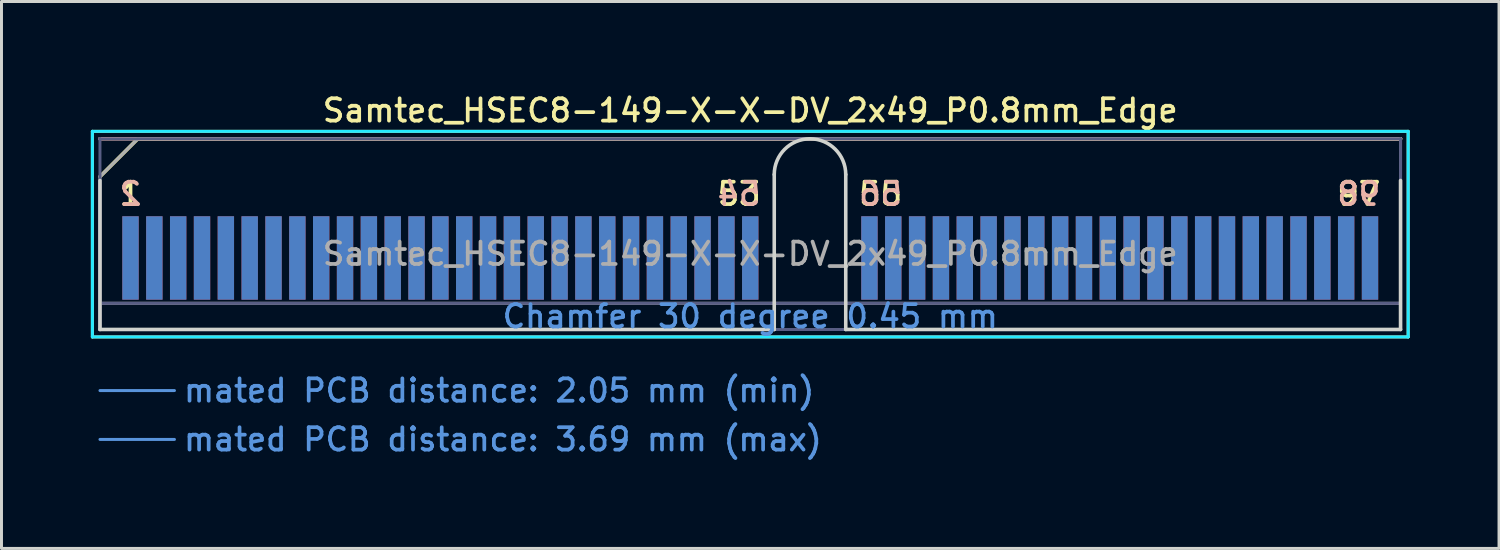
<source format=kicad_pcb>
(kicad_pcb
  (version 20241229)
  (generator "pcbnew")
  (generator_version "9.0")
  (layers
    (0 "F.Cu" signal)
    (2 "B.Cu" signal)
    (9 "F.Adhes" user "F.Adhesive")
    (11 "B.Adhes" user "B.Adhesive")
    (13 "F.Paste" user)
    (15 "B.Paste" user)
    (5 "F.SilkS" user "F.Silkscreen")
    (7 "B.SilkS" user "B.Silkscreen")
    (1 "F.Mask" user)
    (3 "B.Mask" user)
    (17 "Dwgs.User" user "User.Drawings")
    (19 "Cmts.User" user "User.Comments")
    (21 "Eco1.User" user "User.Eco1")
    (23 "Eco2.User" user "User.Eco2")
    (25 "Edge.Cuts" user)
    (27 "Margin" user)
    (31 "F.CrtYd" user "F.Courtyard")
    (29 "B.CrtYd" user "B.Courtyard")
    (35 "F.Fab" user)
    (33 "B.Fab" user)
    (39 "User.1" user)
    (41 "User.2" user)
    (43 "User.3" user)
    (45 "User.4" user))
  (footprint "Samtec_HSEC8-149-X-X-DV_2x49_P0.8mm_Edge"
    (layer "F.Cu")
    (at 22.13 8.008)
    (property "Reference" "Samtec_HSEC8-149-X-X-DV_2x49_P0.8mm_Edge" (at 0 -7.35 0) (layer "F.SilkS") (effects (font (size 0.75 0.75) (thickness 0.125))))
    (attr exclude_from_pos_files exclude_from_bom)
    (fp_line (start -22.08 -6.65) (end -22.08 0.25) (stroke (width 0.1) (type solid)) (layer "F.SilkS"))
    (fp_line (start -22.08 0.25) (end 22.08 0.25) (stroke (width 0.1) (type solid)) (layer "F.SilkS"))
    (fp_line (start -21.825 -5.13) (end -20.555 -6.4) (stroke (width 0.12) (type solid)) (layer "F.SilkS"))
    (fp_line (start -20.555 -6.4) (end 21.825 -6.4) (stroke (width 0.12) (type solid)) (layer "F.SilkS"))
    (fp_line (start 22.08 -6.65) (end -22.08 -6.65) (stroke (width 0.1) (type solid)) (layer "F.SilkS"))
    (fp_line (start 22.08 0.25) (end 22.08 -6.65) (stroke (width 0.1) (type solid)) (layer "F.SilkS"))
    (fp_line (start -21.825 -6.4) (end -21.825 -6.4) (stroke (width 0.12) (type solid)) (layer "B.SilkS"))
    (fp_line (start -21.825 -6.4) (end 21.825 -6.4) (stroke (width 0.12) (type solid)) (layer "B.SilkS"))
    (fp_line (start -21.825 2.05) (end -19.325 2.05) (stroke (width 0.1) (type solid)) (layer "Cmts.User"))
    (fp_line (start -21.825 3.69) (end -19.325 3.69) (stroke (width 0.1) (type solid)) (layer "Cmts.User"))
    (fp_line (start -21.825 -5) (end -21.825 0) (stroke (width 0.12) (type solid)) (layer "Edge.Cuts"))
    (fp_line (start -21.825 0) (end 0.805 0) (stroke (width 0.12) (type solid)) (layer "Edge.Cuts"))
    (fp_line (start 0.805 0) (end 0.805 -5.2) (stroke (width 0.12) (type solid)) (layer "Edge.Cuts"))
    (fp_line (start 3.205 -5.2) (end 3.205 0) (stroke (width 0.12) (type solid)) (layer "Edge.Cuts"))
    (fp_line (start 3.205 0) (end 21.825 0) (stroke (width 0.12) (type solid)) (layer "Edge.Cuts"))
    (fp_line (start 21.825 0) (end 21.825 -5) (stroke (width 0.12) (type solid)) (layer "Edge.Cuts"))
    (fp_arc (start 0.805 -5.2) (mid 2.005 -6.4) (end 3.205 -5.2) (stroke (width 0.12) (type solid)) (layer "Edge.Cuts"))
    (fp_line (start -22.08 -6.65) (end -22.08 0.25) (stroke (width 0.1) (type solid)) (layer "B.CrtYd"))
    (fp_line (start -22.08 0.25) (end 22.08 0.25) (stroke (width 0.1) (type solid)) (layer "B.CrtYd"))
    (fp_line (start 22.08 -6.65) (end -22.08 -6.65) (stroke (width 0.1) (type solid)) (layer "B.CrtYd"))
    (fp_line (start 22.08 0.25) (end 22.08 -6.65) (stroke (width 0.1) (type solid)) (layer "B.CrtYd"))
    (fp_line (start -21.825 -6.4) (end -21.825 -6.4) (stroke (width 0.1) (type solid)) (layer "B.Fab"))
    (fp_line (start -21.825 -6.4) (end -21.825 0) (stroke (width 0.1) (type solid)) (layer "B.Fab"))
    (fp_line (start -21.825 -6.4) (end 21.825 -6.4) (stroke (width 0.1) (type solid)) (layer "B.Fab"))
    (fp_line (start -21.825 -0.88) (end 21.825 -0.88) (stroke (width 0.1) (type solid)) (layer "B.Fab"))
    (fp_line (start -21.825 0) (end 21.825 0) (stroke (width 0.1) (type solid)) (layer "B.Fab"))
    (fp_line (start 21.825 -6.4) (end 21.825 0) (stroke (width 0.1) (type solid)) (layer "B.Fab"))
    (fp_line (start -21.825 -5.13) (end -21.825 0) (stroke (width 0.1) (type solid)) (layer "F.Fab"))
    (fp_line (start -21.825 -5.13) (end -20.555 -6.4) (stroke (width 0.1) (type solid)) (layer "F.Fab"))
    (fp_line (start -21.825 -0.88) (end 21.825 -0.88) (stroke (width 0.1) (type solid)) (layer "F.Fab"))
    (fp_line (start -21.825 0) (end 21.825 0) (stroke (width 0.1) (type solid)) (layer "F.Fab"))
    (fp_line (start -20.555 -6.4) (end 21.825 -6.4) (stroke (width 0.1) (type solid)) (layer "F.Fab"))
    (fp_line (start 21.825 -6.4) (end 21.825 0) (stroke (width 0.1) (type solid)) (layer "F.Fab"))
    (fp_text user "53" (at -0.375 -4.55 0) (layer "F.SilkS") (effects (font (size 0.75 0.75) (thickness 0.125))))
    (fp_text user "55" (at 4.375 -4.55 0) (layer "F.SilkS") (effects (font (size 0.75 0.75) (thickness 0.125))))
    (fp_text user "1" (at -20.8 -4.55 0) (layer "F.SilkS") (effects (font (size 0.75 0.75) (thickness 0.125))))
    (fp_text user "97" (at 20.425 -4.55 0) (layer "F.SilkS") (effects (font (size 0.75 0.75) (thickness 0.125))))
    (fp_text user "54" (at -0.375 -4.55 0) (layer "B.SilkS") (effects (font (size 0.75 0.75) (thickness 0.125)) (justify mirror)))
    (fp_text user "56" (at 4.375 -4.55 0) (layer "B.SilkS") (effects (font (size 0.75 0.75) (thickness 0.125)) (justify mirror)))
    (fp_text user "2" (at -20.8 -4.55 0) (layer "B.SilkS") (effects (font (size 0.75 0.75) (thickness 0.125)) (justify mirror)))
    (fp_text user "98" (at 20.425 -4.55 0) (layer "B.SilkS") (effects (font (size 0.75 0.75) (thickness 0.125)) (justify mirror)))
    (fp_text user "Chamfer 30 degree 0.45 mm" (at 0 -0.44 0) (layer "Cmts.User") (effects (font (size 0.75 0.75) (thickness 0.125))))
    (fp_text user "mated PCB distance: 3.69 mm (max)" (at -19.08 3.69 0) (layer "Cmts.User") (effects (font (size 0.75 0.75) (thickness 0.125)) (justify left)))
    (fp_text user "mated PCB distance: 2.05 mm (min)" (at -19.08 2.05 0) (layer "Cmts.User") (effects (font (size 0.75 0.75) (thickness 0.125)) (justify left)))
    (fp_text user "${REFERENCE}" (at 0 -2.54 0) (layer "F.Fab") (effects (font (size 0.75 0.75) (thickness 0.125))))
    (pad "1" connect rect (at -20.8 -2.4) (size 0.55 2.8) (layers "F.Cu" "F.Mask"))
    (pad "2" connect rect (at -20.8 -2.4) (size 0.55 2.8) (layers "B.Cu" "B.Mask"))
    (pad "3" connect rect (at -20 -2.4) (size 0.55 2.8) (layers "F.Cu" "F.Mask"))
    (pad "4" connect rect (at -20 -2.4) (size 0.55 2.8) (layers "B.Cu" "B.Mask"))
    (pad "5" connect rect (at -19.2 -2.4) (size 0.55 2.8) (layers "F.Cu" "F.Mask"))
    (pad "6" connect rect (at -19.2 -2.4) (size 0.55 2.8) (layers "B.Cu" "B.Mask"))
    (pad "7" connect rect (at -18.4 -2.4) (size 0.55 2.8) (layers "F.Cu" "F.Mask"))
    (pad "8" connect rect (at -18.4 -2.4) (size 0.55 2.8) (layers "B.Cu" "B.Mask"))
    (pad "9" connect rect (at -17.6 -2.4) (size 0.55 2.8) (layers "F.Cu" "F.Mask"))
    (pad "10" connect rect (at -17.6 -2.4) (size 0.55 2.8) (layers "B.Cu" "B.Mask"))
    (pad "11" connect rect (at -16.8 -2.4) (size 0.55 2.8) (layers "F.Cu" "F.Mask"))
    (pad "12" connect rect (at -16.8 -2.4) (size 0.55 2.8) (layers "B.Cu" "B.Mask"))
    (pad "13" connect rect (at -16 -2.4) (size 0.55 2.8) (layers "F.Cu" "F.Mask"))
    (pad "14" connect rect (at -16 -2.4) (size 0.55 2.8) (layers "B.Cu" "B.Mask"))
    (pad "15" connect rect (at -15.2 -2.4) (size 0.55 2.8) (layers "F.Cu" "F.Mask"))
    (pad "16" connect rect (at -15.2 -2.4) (size 0.55 2.8) (layers "B.Cu" "B.Mask"))
    (pad "17" connect rect (at -14.4 -2.4) (size 0.55 2.8) (layers "F.Cu" "F.Mask"))
    (pad "18" connect rect (at -14.4 -2.4) (size 0.55 2.8) (layers "B.Cu" "B.Mask"))
    (pad "19" connect rect (at -13.6 -2.4) (size 0.55 2.8) (layers "F.Cu" "F.Mask"))
    (pad "20" connect rect (at -13.6 -2.4) (size 0.55 2.8) (layers "B.Cu" "B.Mask"))
    (pad "21" connect rect (at -12.8 -2.4) (size 0.55 2.8) (layers "F.Cu" "F.Mask"))
    (pad "22" connect rect (at -12.8 -2.4) (size 0.55 2.8) (layers "B.Cu" "B.Mask"))
    (pad "23" connect rect (at -12 -2.4) (size 0.55 2.8) (layers "F.Cu" "F.Mask"))
    (pad "24" connect rect (at -12 -2.4) (size 0.55 2.8) (layers "B.Cu" "B.Mask"))
    (pad "25" connect rect (at -11.2 -2.4) (size 0.55 2.8) (layers "F.Cu" "F.Mask"))
    (pad "26" connect rect (at -11.2 -2.4) (size 0.55 2.8) (layers "B.Cu" "B.Mask"))
    (pad "27" connect rect (at -10.4 -2.4) (size 0.55 2.8) (layers "F.Cu" "F.Mask"))
    (pad "28" connect rect (at -10.4 -2.4) (size 0.55 2.8) (layers "B.Cu" "B.Mask"))
    (pad "29" connect rect (at -9.6 -2.4) (size 0.55 2.8) (layers "F.Cu" "F.Mask"))
    (pad "30" connect rect (at -9.6 -2.4) (size 0.55 2.8) (layers "B.Cu" "B.Mask"))
    (pad "31" connect rect (at -8.8 -2.4) (size 0.55 2.8) (layers "F.Cu" "F.Mask"))
    (pad "32" connect rect (at -8.8 -2.4) (size 0.55 2.8) (layers "B.Cu" "B.Mask"))
    (pad "33" connect rect (at -8 -2.4) (size 0.55 2.8) (layers "F.Cu" "F.Mask"))
    (pad "34" connect rect (at -8 -2.4) (size 0.55 2.8) (layers "B.Cu" "B.Mask"))
    (pad "35" connect rect (at -7.2 -2.4) (size 0.55 2.8) (layers "F.Cu" "F.Mask"))
    (pad "36" connect rect (at -7.2 -2.4) (size 0.55 2.8) (layers "B.Cu" "B.Mask"))
    (pad "37" connect rect (at -6.4 -2.4) (size 0.55 2.8) (layers "F.Cu" "F.Mask"))
    (pad "38" connect rect (at -6.4 -2.4) (size 0.55 2.8) (layers "B.Cu" "B.Mask"))
    (pad "39" connect rect (at -5.6 -2.4) (size 0.55 2.8) (layers "F.Cu" "F.Mask"))
    (pad "40" connect rect (at -5.6 -2.4) (size 0.55 2.8) (layers "B.Cu" "B.Mask"))
    (pad "41" connect rect (at -4.8 -2.4) (size 0.55 2.8) (layers "F.Cu" "F.Mask"))
    (pad "42" connect rect (at -4.8 -2.4) (size 0.55 2.8) (layers "B.Cu" "B.Mask"))
    (pad "43" connect rect (at -4 -2.4) (size 0.55 2.8) (layers "F.Cu" "F.Mask"))
    (pad "44" connect rect (at -4 -2.4) (size 0.55 2.8) (layers "B.Cu" "B.Mask"))
    (pad "45" connect rect (at -3.2 -2.4) (size 0.55 2.8) (layers "F.Cu" "F.Mask"))
    (pad "46" connect rect (at -3.2 -2.4) (size 0.55 2.8) (layers "B.Cu" "B.Mask"))
    (pad "47" connect rect (at -2.4 -2.4) (size 0.55 2.8) (layers "F.Cu" "F.Mask"))
    (pad "48" connect rect (at -2.4 -2.4) (size 0.55 2.8) (layers "B.Cu" "B.Mask"))
    (pad "49" connect rect (at -1.6 -2.4) (size 0.55 2.8) (layers "F.Cu" "F.Mask"))
    (pad "50" connect rect (at -1.6 -2.4) (size 0.55 2.8) (layers "B.Cu" "B.Mask"))
    (pad "51" connect rect (at -0.8 -2.4) (size 0.55 2.8) (layers "F.Cu" "F.Mask"))
    (pad "52" connect rect (at -0.8 -2.4) (size 0.55 2.8) (layers "B.Cu" "B.Mask"))
    (pad "53" connect rect (at 0 -2.4) (size 0.55 2.8) (layers "F.Cu" "F.Mask"))
    (pad "54" connect rect (at 0 -2.4) (size 0.55 2.8) (layers "B.Cu" "B.Mask"))
    (pad "55" connect rect (at 4 -2.4) (size 0.55 2.8) (layers "F.Cu" "F.Mask"))
    (pad "56" connect rect (at 4 -2.4) (size 0.55 2.8) (layers "B.Cu" "B.Mask"))
    (pad "57" connect rect (at 4.8 -2.4) (size 0.55 2.8) (layers "F.Cu" "F.Mask"))
    (pad "58" connect rect (at 4.8 -2.4) (size 0.55 2.8) (layers "B.Cu" "B.Mask"))
    (pad "59" connect rect (at 5.6 -2.4) (size 0.55 2.8) (layers "F.Cu" "F.Mask"))
    (pad "60" connect rect (at 5.6 -2.4) (size 0.55 2.8) (layers "B.Cu" "B.Mask"))
    (pad "61" connect rect (at 6.4 -2.4) (size 0.55 2.8) (layers "F.Cu" "F.Mask"))
    (pad "62" connect rect (at 6.4 -2.4) (size 0.55 2.8) (layers "B.Cu" "B.Mask"))
    (pad "63" connect rect (at 7.2 -2.4) (size 0.55 2.8) (layers "F.Cu" "F.Mask"))
    (pad "64" connect rect (at 7.2 -2.4) (size 0.55 2.8) (layers "B.Cu" "B.Mask"))
    (pad "65" connect rect (at 8 -2.4) (size 0.55 2.8) (layers "F.Cu" "F.Mask"))
    (pad "66" connect rect (at 8 -2.4) (size 0.55 2.8) (layers "B.Cu" "B.Mask"))
    (pad "67" connect rect (at 8.8 -2.4) (size 0.55 2.8) (layers "F.Cu" "F.Mask"))
    (pad "68" connect rect (at 8.8 -2.4) (size 0.55 2.8) (layers "B.Cu" "B.Mask"))
    (pad "69" connect rect (at 9.6 -2.4) (size 0.55 2.8) (layers "F.Cu" "F.Mask"))
    (pad "70" connect rect (at 9.6 -2.4) (size 0.55 2.8) (layers "B.Cu" "B.Mask"))
    (pad "71" connect rect (at 10.4 -2.4) (size 0.55 2.8) (layers "F.Cu" "F.Mask"))
    (pad "72" connect rect (at 10.4 -2.4) (size 0.55 2.8) (layers "B.Cu" "B.Mask"))
    (pad "73" connect rect (at 11.2 -2.4) (size 0.55 2.8) (layers "F.Cu" "F.Mask"))
    (pad "74" connect rect (at 11.2 -2.4) (size 0.55 2.8) (layers "B.Cu" "B.Mask"))
    (pad "75" connect rect (at 12 -2.4) (size 0.55 2.8) (layers "F.Cu" "F.Mask"))
    (pad "76" connect rect (at 12 -2.4) (size 0.55 2.8) (layers "B.Cu" "B.Mask"))
    (pad "77" connect rect (at 12.8 -2.4) (size 0.55 2.8) (layers "F.Cu" "F.Mask"))
    (pad "78" connect rect (at 12.8 -2.4) (size 0.55 2.8) (layers "B.Cu" "B.Mask"))
    (pad "79" connect rect (at 13.6 -2.4) (size 0.55 2.8) (layers "F.Cu" "F.Mask"))
    (pad "80" connect rect (at 13.6 -2.4) (size 0.55 2.8) (layers "B.Cu" "B.Mask"))
    (pad "81" connect rect (at 14.4 -2.4) (size 0.55 2.8) (layers "F.Cu" "F.Mask"))
    (pad "82" connect rect (at 14.4 -2.4) (size 0.55 2.8) (layers "B.Cu" "B.Mask"))
    (pad "83" connect rect (at 15.2 -2.4) (size 0.55 2.8) (layers "F.Cu" "F.Mask"))
    (pad "84" connect rect (at 15.2 -2.4) (size 0.55 2.8) (layers "B.Cu" "B.Mask"))
    (pad "85" connect rect (at 16 -2.4) (size 0.55 2.8) (layers "F.Cu" "F.Mask"))
    (pad "86" connect rect (at 16 -2.4) (size 0.55 2.8) (layers "B.Cu" "B.Mask"))
    (pad "87" connect rect (at 16.8 -2.4) (size 0.55 2.8) (layers "F.Cu" "F.Mask"))
    (pad "88" connect rect (at 16.8 -2.4) (size 0.55 2.8) (layers "B.Cu" "B.Mask"))
    (pad "89" connect rect (at 17.6 -2.4) (size 0.55 2.8) (layers "F.Cu" "F.Mask"))
    (pad "90" connect rect (at 17.6 -2.4) (size 0.55 2.8) (layers "B.Cu" "B.Mask"))
    (pad "91" connect rect (at 18.4 -2.4) (size 0.55 2.8) (layers "F.Cu" "F.Mask"))
    (pad "92" connect rect (at 18.4 -2.4) (size 0.55 2.8) (layers "B.Cu" "B.Mask"))
    (pad "93" connect rect (at 19.2 -2.4) (size 0.55 2.8) (layers "F.Cu" "F.Mask"))
    (pad "94" connect rect (at 19.2 -2.4) (size 0.55 2.8) (layers "B.Cu" "B.Mask"))
    (pad "95" connect rect (at 20 -2.4) (size 0.55 2.8) (layers "F.Cu" "F.Mask"))
    (pad "96" connect rect (at 20 -2.4) (size 0.55 2.8) (layers "B.Cu" "B.Mask"))
    (pad "97" connect rect (at 20.8 -2.4) (size 0.55 2.8) (layers "F.Cu" "F.Mask"))
    (pad "98" connect rect (at 20.8 -2.4) (size 0.55 2.8) (layers "B.Cu" "B.Mask")))
  (gr_rect
    (start -3 -3)
    (end 47.26 15.356)
    (stroke (width 0.1) (type default))
    (fill no)
    (layer "Edge.Cuts")))
</source>
